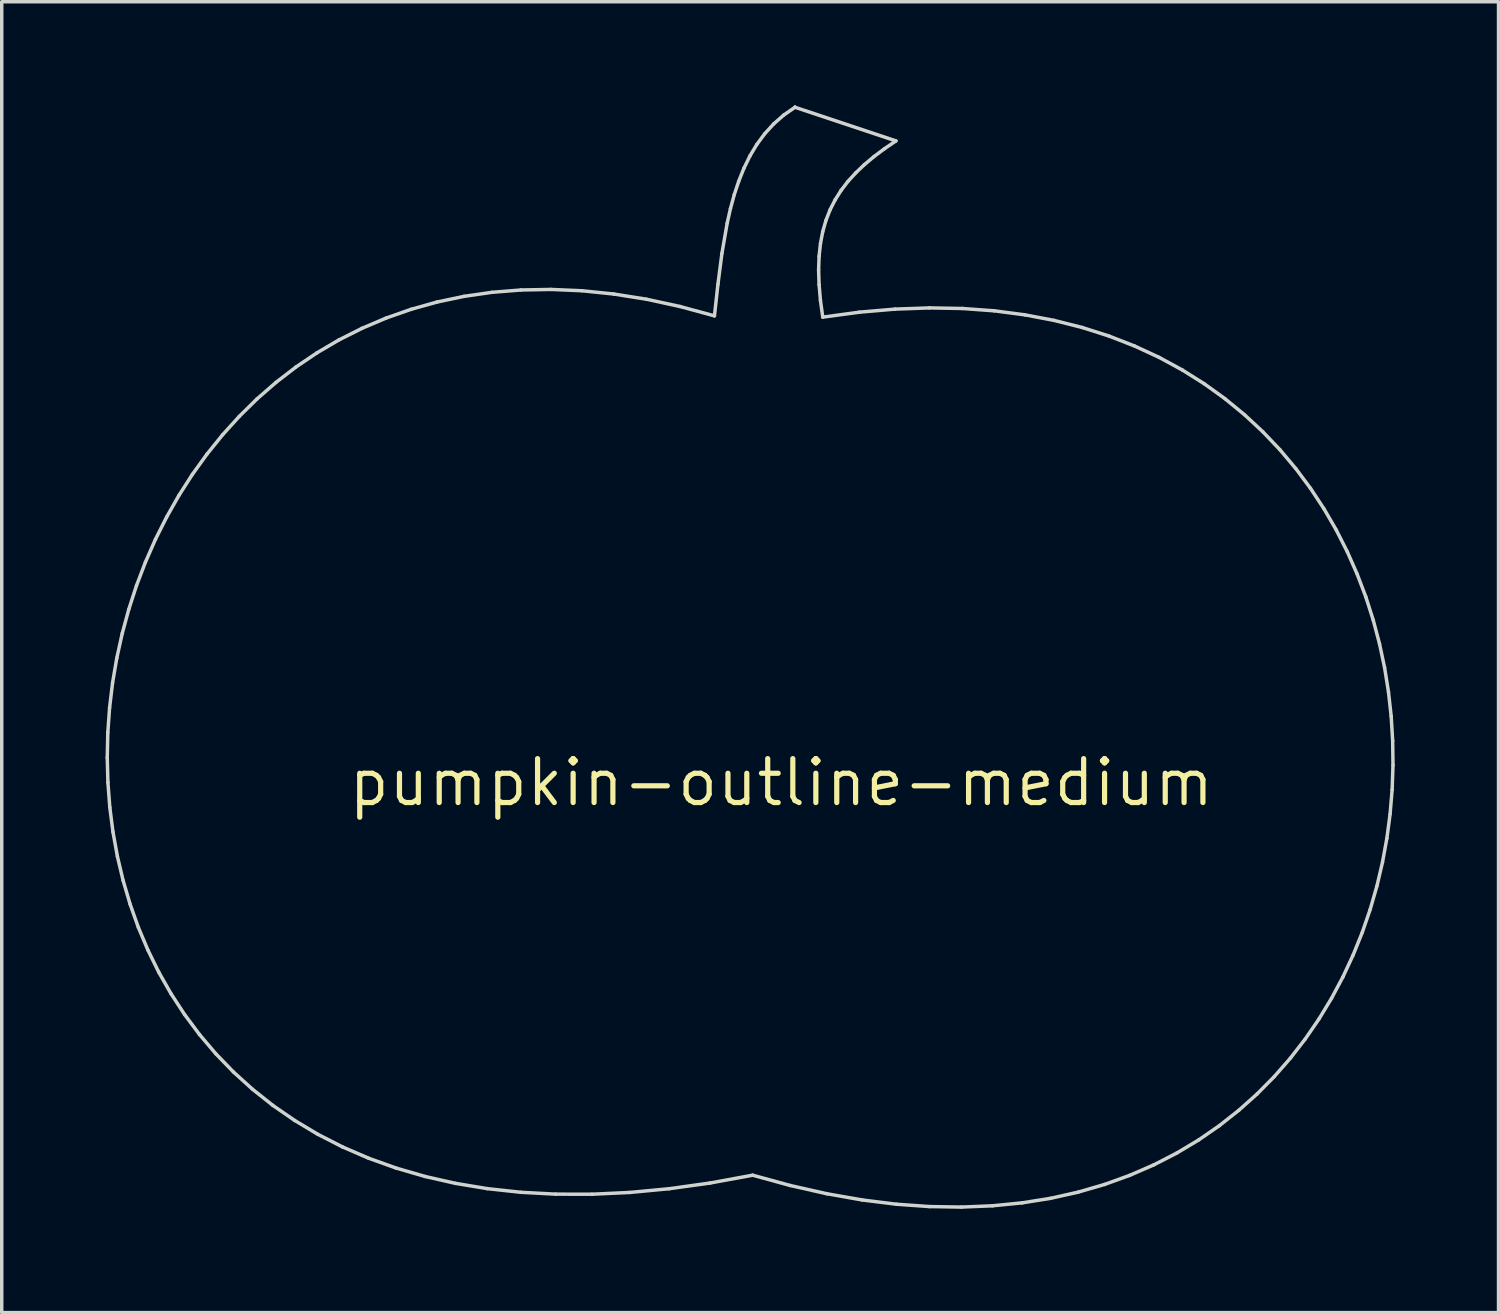
<source format=kicad_pcb>
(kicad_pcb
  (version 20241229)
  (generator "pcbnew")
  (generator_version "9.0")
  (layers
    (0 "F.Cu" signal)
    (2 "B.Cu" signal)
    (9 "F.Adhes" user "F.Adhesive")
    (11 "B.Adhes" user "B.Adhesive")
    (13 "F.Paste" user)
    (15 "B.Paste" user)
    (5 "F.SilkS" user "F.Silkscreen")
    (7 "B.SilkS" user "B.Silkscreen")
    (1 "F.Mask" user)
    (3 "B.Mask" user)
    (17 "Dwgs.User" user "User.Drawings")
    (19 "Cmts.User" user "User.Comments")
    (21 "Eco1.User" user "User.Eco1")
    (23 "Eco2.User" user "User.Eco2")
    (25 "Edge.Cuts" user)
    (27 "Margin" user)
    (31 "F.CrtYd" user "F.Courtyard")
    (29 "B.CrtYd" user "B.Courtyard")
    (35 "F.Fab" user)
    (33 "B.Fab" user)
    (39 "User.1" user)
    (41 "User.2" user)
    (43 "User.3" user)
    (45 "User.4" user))
  (footprint "pumpkin-outline-medium"
    (layer "F.Cu")
    (at 19.534 19.568)
    (property "Reference" "pumpkin-outline-medium" (at 0 0 0) (layer "F.SilkS") (effects (font (size 1.27 1.27) (thickness 0.15))))
    (attr through_hole)
    (fp_line (start -19.484 -0.721) (end -19.465 -0.001) (stroke (width 0.1) (type solid)) (layer "Edge.Cuts"))
    (fp_line (start -19.468 -1.443) (end -19.484 -0.721) (stroke (width 0.1) (type solid)) (layer "Edge.Cuts"))
    (fp_line (start -19.465 -0.001) (end -19.41 0.717) (stroke (width 0.1) (type solid)) (layer "Edge.Cuts"))
    (fp_line (start -19.416 -2.165) (end -19.468 -1.443) (stroke (width 0.1) (type solid)) (layer "Edge.Cuts"))
    (fp_line (start -19.41 0.717) (end -19.319 1.429) (stroke (width 0.1) (type solid)) (layer "Edge.Cuts"))
    (fp_line (start -19.33 -2.883) (end -19.416 -2.165) (stroke (width 0.1) (type solid)) (layer "Edge.Cuts"))
    (fp_line (start -19.319 1.429) (end -19.191 2.135) (stroke (width 0.1) (type solid)) (layer "Edge.Cuts"))
    (fp_line (start -19.208 -3.597) (end -19.33 -2.883) (stroke (width 0.1) (type solid)) (layer "Edge.Cuts"))
    (fp_line (start -19.191 2.135) (end -19.026 2.831) (stroke (width 0.1) (type solid)) (layer "Edge.Cuts"))
    (fp_line (start -19.052 -4.304) (end -19.208 -3.597) (stroke (width 0.1) (type solid)) (layer "Edge.Cuts"))
    (fp_line (start -19.026 2.831) (end -18.824 3.516) (stroke (width 0.1) (type solid)) (layer "Edge.Cuts"))
    (fp_line (start -18.862 -5.003) (end -19.052 -4.304) (stroke (width 0.1) (type solid)) (layer "Edge.Cuts"))
    (fp_line (start -18.824 3.516) (end -18.585 4.189) (stroke (width 0.1) (type solid)) (layer "Edge.Cuts"))
    (fp_line (start -18.639 -5.691) (end -18.862 -5.003) (stroke (width 0.1) (type solid)) (layer "Edge.Cuts"))
    (fp_line (start -18.585 4.189) (end -18.308 4.846) (stroke (width 0.1) (type solid)) (layer "Edge.Cuts"))
    (fp_line (start -18.381 -6.367) (end -18.639 -5.691) (stroke (width 0.1) (type solid)) (layer "Edge.Cuts"))
    (fp_line (start -18.308 4.846) (end -17.993 5.487) (stroke (width 0.1) (type solid)) (layer "Edge.Cuts"))
    (fp_line (start -18.091 -7.028) (end -18.381 -6.367) (stroke (width 0.1) (type solid)) (layer "Edge.Cuts"))
    (fp_line (start -17.993 5.487) (end -17.639 6.108) (stroke (width 0.1) (type solid)) (layer "Edge.Cuts"))
    (fp_line (start -17.767 -7.673) (end -18.091 -7.028) (stroke (width 0.1) (type solid)) (layer "Edge.Cuts"))
    (fp_line (start -17.639 6.108) (end -17.247 6.709) (stroke (width 0.1) (type solid)) (layer "Edge.Cuts"))
    (fp_line (start -17.411 -8.3) (end -17.767 -7.673) (stroke (width 0.1) (type solid)) (layer "Edge.Cuts"))
    (fp_line (start -17.247 6.709) (end -16.816 7.287) (stroke (width 0.1) (type solid)) (layer "Edge.Cuts"))
    (fp_line (start -17.023 -8.906) (end -17.411 -8.3) (stroke (width 0.1) (type solid)) (layer "Edge.Cuts"))
    (fp_line (start -16.816 7.287) (end -16.346 7.841) (stroke (width 0.1) (type solid)) (layer "Edge.Cuts"))
    (fp_line (start -16.602 -9.49) (end -17.023 -8.906) (stroke (width 0.1) (type solid)) (layer "Edge.Cuts"))
    (fp_line (start -16.346 7.841) (end -15.836 8.368) (stroke (width 0.1) (type solid)) (layer "Edge.Cuts"))
    (fp_line (start -16.15 -10.05) (end -16.602 -9.49) (stroke (width 0.1) (type solid)) (layer "Edge.Cuts"))
    (fp_line (start -15.836 8.368) (end -15.286 8.866) (stroke (width 0.1) (type solid)) (layer "Edge.Cuts"))
    (fp_line (start -15.666 -10.584) (end -16.15 -10.05) (stroke (width 0.1) (type solid)) (layer "Edge.Cuts"))
    (fp_line (start -15.286 8.866) (end -14.697 9.334) (stroke (width 0.1) (type solid)) (layer "Edge.Cuts"))
    (fp_line (start -15.152 -11.09) (end -15.666 -10.584) (stroke (width 0.1) (type solid)) (layer "Edge.Cuts"))
    (fp_line (start -14.697 9.334) (end -14.066 9.769) (stroke (width 0.1) (type solid)) (layer "Edge.Cuts"))
    (fp_line (start -14.606 -11.565) (end -15.152 -11.09) (stroke (width 0.1) (type solid)) (layer "Edge.Cuts"))
    (fp_line (start -14.066 9.769) (end -13.396 10.17) (stroke (width 0.1) (type solid)) (layer "Edge.Cuts"))
    (fp_line (start -14.03 -12.009) (end -14.606 -11.565) (stroke (width 0.1) (type solid)) (layer "Edge.Cuts"))
    (fp_line (start -13.424 -12.418) (end -14.03 -12.009) (stroke (width 0.1) (type solid)) (layer "Edge.Cuts"))
    (fp_line (start -13.396 10.17) (end -12.684 10.534) (stroke (width 0.1) (type solid)) (layer "Edge.Cuts"))
    (fp_line (start -12.788 -12.792) (end -13.424 -12.418) (stroke (width 0.1) (type solid)) (layer "Edge.Cuts"))
    (fp_line (start -12.684 10.534) (end -11.93 10.86) (stroke (width 0.1) (type solid)) (layer "Edge.Cuts"))
    (fp_line (start -12.122 -13.127) (end -12.788 -12.792) (stroke (width 0.1) (type solid)) (layer "Edge.Cuts"))
    (fp_line (start -11.93 10.86) (end -11.135 11.145) (stroke (width 0.1) (type solid)) (layer "Edge.Cuts"))
    (fp_line (start -11.427 -13.423) (end -12.122 -13.127) (stroke (width 0.1) (type solid)) (layer "Edge.Cuts"))
    (fp_line (start -11.135 11.145) (end -10.298 11.388) (stroke (width 0.1) (type solid)) (layer "Edge.Cuts"))
    (fp_line (start -10.703 -13.677) (end -11.427 -13.423) (stroke (width 0.1) (type solid)) (layer "Edge.Cuts"))
    (fp_line (start -10.298 11.388) (end -9.419 11.587) (stroke (width 0.1) (type solid)) (layer "Edge.Cuts"))
    (fp_line (start -9.95 -13.888) (end -10.703 -13.677) (stroke (width 0.1) (type solid)) (layer "Edge.Cuts"))
    (fp_line (start -9.419 11.587) (end -8.497 11.74) (stroke (width 0.1) (type solid)) (layer "Edge.Cuts"))
    (fp_line (start -9.169 -14.052) (end -9.95 -13.888) (stroke (width 0.1) (type solid)) (layer "Edge.Cuts"))
    (fp_line (start -8.497 11.74) (end -7.533 11.845) (stroke (width 0.1) (type solid)) (layer "Edge.Cuts"))
    (fp_line (start -8.36 -14.169) (end -9.169 -14.052) (stroke (width 0.1) (type solid)) (layer "Edge.Cuts"))
    (fp_line (start -7.533 11.845) (end -6.525 11.899) (stroke (width 0.1) (type solid)) (layer "Edge.Cuts"))
    (fp_line (start -7.523 -14.236) (end -8.36 -14.169) (stroke (width 0.1) (type solid)) (layer "Edge.Cuts"))
    (fp_line (start -6.658 -14.252) (end -7.523 -14.236) (stroke (width 0.1) (type solid)) (layer "Edge.Cuts"))
    (fp_line (start -6.525 11.899) (end -5.474 11.901) (stroke (width 0.1) (type solid)) (layer "Edge.Cuts"))
    (fp_line (start -5.766 -14.214) (end -6.658 -14.252) (stroke (width 0.1) (type solid)) (layer "Edge.Cuts"))
    (fp_line (start -5.474 11.901) (end -4.379 11.85) (stroke (width 0.1) (type solid)) (layer "Edge.Cuts"))
    (fp_line (start -4.848 -14.12) (end -5.766 -14.214) (stroke (width 0.1) (type solid)) (layer "Edge.Cuts"))
    (fp_line (start -4.379 11.85) (end -3.24 11.742) (stroke (width 0.1) (type solid)) (layer "Edge.Cuts"))
    (fp_line (start -3.902 -13.97) (end -4.848 -14.12) (stroke (width 0.1) (type solid)) (layer "Edge.Cuts"))
    (fp_line (start -3.24 11.742) (end -2.057 11.577) (stroke (width 0.1) (type solid)) (layer "Edge.Cuts"))
    (fp_line (start -2.931 -13.759) (end -3.902 -13.97) (stroke (width 0.1) (type solid)) (layer "Edge.Cuts"))
    (fp_line (start -2.057 11.577) (end -0.829 11.351) (stroke (width 0.1) (type solid)) (layer "Edge.Cuts"))
    (fp_line (start -1.933 -13.488) (end -2.931 -13.759) (stroke (width 0.1) (type solid)) (layer "Edge.Cuts"))
    (fp_line (start -1.832 -14.4) (end -1.933 -13.488) (stroke (width 0.1) (type solid)) (layer "Edge.Cuts"))
    (fp_line (start -1.716 -15.3) (end -1.832 -14.4) (stroke (width 0.1) (type solid)) (layer "Edge.Cuts"))
    (fp_line (start -1.564 -16.17) (end -1.716 -15.3) (stroke (width 0.1) (type solid)) (layer "Edge.Cuts"))
    (fp_line (start -1.47 -16.589) (end -1.564 -16.17) (stroke (width 0.1) (type solid)) (layer "Edge.Cuts"))
    (fp_line (start -1.359 -16.995) (end -1.47 -16.589) (stroke (width 0.1) (type solid)) (layer "Edge.Cuts"))
    (fp_line (start -1.229 -17.385) (end -1.359 -16.995) (stroke (width 0.1) (type solid)) (layer "Edge.Cuts"))
    (fp_line (start -1.079 -17.758) (end -1.229 -17.385) (stroke (width 0.1) (type solid)) (layer "Edge.Cuts"))
    (fp_line (start -0.906 -18.112) (end -1.079 -17.758) (stroke (width 0.1) (type solid)) (layer "Edge.Cuts"))
    (fp_line (start -0.829 11.351) (end 0.258 11.649) (stroke (width 0.1) (type solid)) (layer "Edge.Cuts"))
    (fp_line (start -0.707 -18.444) (end -0.906 -18.112) (stroke (width 0.1) (type solid)) (layer "Edge.Cuts"))
    (fp_line (start -0.479 -18.753) (end -0.707 -18.444) (stroke (width 0.1) (type solid)) (layer "Edge.Cuts"))
    (fp_line (start -0.221 -19.036) (end -0.479 -18.753) (stroke (width 0.1) (type solid)) (layer "Edge.Cuts"))
    (fp_line (start 0.07 -19.292) (end -0.221 -19.036) (stroke (width 0.1) (type solid)) (layer "Edge.Cuts"))
    (fp_line (start 0.258 11.649) (end 1.313 11.887) (stroke (width 0.1) (type solid)) (layer "Edge.Cuts"))
    (fp_line (start 0.396 -19.518) (end 0.07 -19.292) (stroke (width 0.1) (type solid)) (layer "Edge.Cuts"))
    (fp_line (start 0.396 -19.518) (end 0.396 -19.518) (stroke (width 0.1) (type solid)) (layer "Edge.Cuts"))
    (fp_line (start 0.396 -19.517) (end 0.396 -19.518) (stroke (width 0.1) (type solid)) (layer "Edge.Cuts"))
    (fp_line (start 1.078 -14.815) (end 1.092 -15.21) (stroke (width 0.1) (type solid)) (layer "Edge.Cuts"))
    (fp_line (start 1.092 -14.391) (end 1.078 -14.815) (stroke (width 0.1) (type solid)) (layer "Edge.Cuts"))
    (fp_line (start 1.092 -15.21) (end 1.132 -15.58) (stroke (width 0.1) (type solid)) (layer "Edge.Cuts"))
    (fp_line (start 1.131 -13.937) (end 1.092 -14.391) (stroke (width 0.1) (type solid)) (layer "Edge.Cuts"))
    (fp_line (start 1.132 -15.58) (end 1.198 -15.926) (stroke (width 0.1) (type solid)) (layer "Edge.Cuts"))
    (fp_line (start 1.198 -15.926) (end 1.291 -16.25) (stroke (width 0.1) (type solid)) (layer "Edge.Cuts"))
    (fp_line (start 1.198 -13.451) (end 1.131 -13.937) (stroke (width 0.1) (type solid)) (layer "Edge.Cuts"))
    (fp_line (start 1.291 -16.25) (end 1.41 -16.555) (stroke (width 0.1) (type solid)) (layer "Edge.Cuts"))
    (fp_line (start 1.313 11.887) (end 2.335 12.067) (stroke (width 0.1) (type solid)) (layer "Edge.Cuts"))
    (fp_line (start 1.41 -16.555) (end 1.556 -16.842) (stroke (width 0.1) (type solid)) (layer "Edge.Cuts"))
    (fp_line (start 1.556 -16.842) (end 1.728 -17.115) (stroke (width 0.1) (type solid)) (layer "Edge.Cuts"))
    (fp_line (start 1.728 -17.115) (end 1.926 -17.374) (stroke (width 0.1) (type solid)) (layer "Edge.Cuts"))
    (fp_line (start 1.926 -17.374) (end 2.151 -17.621) (stroke (width 0.1) (type solid)) (layer "Edge.Cuts"))
    (fp_line (start 2.151 -17.621) (end 2.402 -17.86) (stroke (width 0.1) (type solid)) (layer "Edge.Cuts"))
    (fp_line (start 2.261 -13.595) (end 1.198 -13.451) (stroke (width 0.1) (type solid)) (layer "Edge.Cuts"))
    (fp_line (start 2.335 12.067) (end 3.325 12.19) (stroke (width 0.1) (type solid)) (layer "Edge.Cuts"))
    (fp_line (start 2.402 -17.86) (end 2.679 -18.093) (stroke (width 0.1) (type solid)) (layer "Edge.Cuts"))
    (fp_line (start 2.679 -18.093) (end 2.983 -18.32) (stroke (width 0.1) (type solid)) (layer "Edge.Cuts"))
    (fp_line (start 2.983 -18.32) (end 3.313 -18.545) (stroke (width 0.1) (type solid)) (layer "Edge.Cuts"))
    (fp_line (start 3.288 -13.683) (end 2.261 -13.595) (stroke (width 0.1) (type solid)) (layer "Edge.Cuts"))
    (fp_line (start 3.313 -18.545) (end 0.396 -19.517) (stroke (width 0.1) (type solid)) (layer "Edge.Cuts"))
    (fp_line (start 3.325 12.19) (end 4.282 12.258) (stroke (width 0.1) (type solid)) (layer "Edge.Cuts"))
    (fp_line (start 4.279 -13.718) (end 3.288 -13.683) (stroke (width 0.1) (type solid)) (layer "Edge.Cuts"))
    (fp_line (start 4.282 12.258) (end 5.208 12.273) (stroke (width 0.1) (type solid)) (layer "Edge.Cuts"))
    (fp_line (start 5.208 12.273) (end 6.1 12.236) (stroke (width 0.1) (type solid)) (layer "Edge.Cuts"))
    (fp_line (start 5.234 -13.701) (end 4.279 -13.718) (stroke (width 0.1) (type solid)) (layer "Edge.Cuts"))
    (fp_line (start 6.1 12.236) (end 6.96 12.151) (stroke (width 0.1) (type solid)) (layer "Edge.Cuts"))
    (fp_line (start 6.153 -13.634) (end 5.234 -13.701) (stroke (width 0.1) (type solid)) (layer "Edge.Cuts"))
    (fp_line (start 6.96 12.151) (end 7.787 12.019) (stroke (width 0.1) (type solid)) (layer "Edge.Cuts"))
    (fp_line (start 7.037 -13.518) (end 6.153 -13.634) (stroke (width 0.1) (type solid)) (layer "Edge.Cuts"))
    (fp_line (start 7.787 12.019) (end 8.582 11.84) (stroke (width 0.1) (type solid)) (layer "Edge.Cuts"))
    (fp_line (start 7.884 -13.357) (end 7.037 -13.518) (stroke (width 0.1) (type solid)) (layer "Edge.Cuts"))
    (fp_line (start 8.582 11.84) (end 9.343 11.619) (stroke (width 0.1) (type solid)) (layer "Edge.Cuts"))
    (fp_line (start 8.696 -13.152) (end 7.884 -13.357) (stroke (width 0.1) (type solid)) (layer "Edge.Cuts"))
    (fp_line (start 9.343 11.619) (end 10.072 11.355) (stroke (width 0.1) (type solid)) (layer "Edge.Cuts"))
    (fp_line (start 9.473 -12.904) (end 8.696 -13.152) (stroke (width 0.1) (type solid)) (layer "Edge.Cuts"))
    (fp_line (start 10.072 11.355) (end 10.768 11.052) (stroke (width 0.1) (type solid)) (layer "Edge.Cuts"))
    (fp_line (start 10.214 -12.615) (end 9.473 -12.904) (stroke (width 0.1) (type solid)) (layer "Edge.Cuts"))
    (fp_line (start 10.768 11.052) (end 11.431 10.711) (stroke (width 0.1) (type solid)) (layer "Edge.Cuts"))
    (fp_line (start 10.92 -12.288) (end 10.214 -12.615) (stroke (width 0.1) (type solid)) (layer "Edge.Cuts"))
    (fp_line (start 11.431 10.711) (end 12.061 10.334) (stroke (width 0.1) (type solid)) (layer "Edge.Cuts"))
    (fp_line (start 11.59 -11.924) (end 10.92 -12.288) (stroke (width 0.1) (type solid)) (layer "Edge.Cuts"))
    (fp_line (start 12.061 10.334) (end 12.658 9.922) (stroke (width 0.1) (type solid)) (layer "Edge.Cuts"))
    (fp_line (start 12.225 -11.525) (end 11.59 -11.924) (stroke (width 0.1) (type solid)) (layer "Edge.Cuts"))
    (fp_line (start 12.658 9.922) (end 13.221 9.478) (stroke (width 0.1) (type solid)) (layer "Edge.Cuts"))
    (fp_line (start 12.825 -11.093) (end 12.225 -11.525) (stroke (width 0.1) (type solid)) (layer "Edge.Cuts"))
    (fp_line (start 13.221 9.478) (end 13.752 9.004) (stroke (width 0.1) (type solid)) (layer "Edge.Cuts"))
    (fp_line (start 13.389 -10.63) (end 12.825 -11.093) (stroke (width 0.1) (type solid)) (layer "Edge.Cuts"))
    (fp_line (start 13.752 9.004) (end 14.249 8.501) (stroke (width 0.1) (type solid)) (layer "Edge.Cuts"))
    (fp_line (start 13.918 -10.138) (end 13.389 -10.63) (stroke (width 0.1) (type solid)) (layer "Edge.Cuts"))
    (fp_line (start 14.249 8.501) (end 14.713 7.971) (stroke (width 0.1) (type solid)) (layer "Edge.Cuts"))
    (fp_line (start 14.413 -9.618) (end 13.918 -10.138) (stroke (width 0.1) (type solid)) (layer "Edge.Cuts"))
    (fp_line (start 14.713 7.971) (end 15.143 7.416) (stroke (width 0.1) (type solid)) (layer "Edge.Cuts"))
    (fp_line (start 14.872 -9.072) (end 14.413 -9.618) (stroke (width 0.1) (type solid)) (layer "Edge.Cuts"))
    (fp_line (start 15.143 7.416) (end 15.54 6.838) (stroke (width 0.1) (type solid)) (layer "Edge.Cuts"))
    (fp_line (start 15.296 -8.503) (end 14.872 -9.072) (stroke (width 0.1) (type solid)) (layer "Edge.Cuts"))
    (fp_line (start 15.54 6.838) (end 15.903 6.24) (stroke (width 0.1) (type solid)) (layer "Edge.Cuts"))
    (fp_line (start 15.685 -7.912) (end 15.296 -8.503) (stroke (width 0.1) (type solid)) (layer "Edge.Cuts"))
    (fp_line (start 15.903 6.24) (end 16.233 5.621) (stroke (width 0.1) (type solid)) (layer "Edge.Cuts"))
    (fp_line (start 16.04 -7.3) (end 15.685 -7.912) (stroke (width 0.1) (type solid)) (layer "Edge.Cuts"))
    (fp_line (start 16.233 5.621) (end 16.529 4.986) (stroke (width 0.1) (type solid)) (layer "Edge.Cuts"))
    (fp_line (start 16.359 -6.671) (end 16.04 -7.3) (stroke (width 0.1) (type solid)) (layer "Edge.Cuts"))
    (fp_line (start 16.529 4.986) (end 16.792 4.335) (stroke (width 0.1) (type solid)) (layer "Edge.Cuts"))
    (fp_line (start 16.644 -6.026) (end 16.359 -6.671) (stroke (width 0.1) (type solid)) (layer "Edge.Cuts"))
    (fp_line (start 16.792 4.335) (end 17.021 3.67) (stroke (width 0.1) (type solid)) (layer "Edge.Cuts"))
    (fp_line (start 16.895 -5.366) (end 16.644 -6.026) (stroke (width 0.1) (type solid)) (layer "Edge.Cuts"))
    (fp_line (start 17.021 3.67) (end 17.216 2.993) (stroke (width 0.1) (type solid)) (layer "Edge.Cuts"))
    (fp_line (start 17.11 -4.693) (end 16.895 -5.366) (stroke (width 0.1) (type solid)) (layer "Edge.Cuts"))
    (fp_line (start 17.216 2.993) (end 17.377 2.307) (stroke (width 0.1) (type solid)) (layer "Edge.Cuts"))
    (fp_line (start 17.291 -4.01) (end 17.11 -4.693) (stroke (width 0.1) (type solid)) (layer "Edge.Cuts"))
    (fp_line (start 17.377 2.307) (end 17.504 1.612) (stroke (width 0.1) (type solid)) (layer "Edge.Cuts"))
    (fp_line (start 17.438 -3.319) (end 17.291 -4.01) (stroke (width 0.1) (type solid)) (layer "Edge.Cuts"))
    (fp_line (start 17.504 1.612) (end 17.597 0.911) (stroke (width 0.1) (type solid)) (layer "Edge.Cuts"))
    (fp_line (start 17.55 -2.62) (end 17.438 -3.319) (stroke (width 0.1) (type solid)) (layer "Edge.Cuts"))
    (fp_line (start 17.597 0.911) (end 17.656 0.206) (stroke (width 0.1) (type solid)) (layer "Edge.Cuts"))
    (fp_line (start 17.628 -1.916) (end 17.55 -2.62) (stroke (width 0.1) (type solid)) (layer "Edge.Cuts"))
    (fp_line (start 17.656 0.206) (end 17.681 -0.501) (stroke (width 0.1) (type solid)) (layer "Edge.Cuts"))
    (fp_line (start 17.671 -1.209) (end 17.628 -1.916) (stroke (width 0.1) (type solid)) (layer "Edge.Cuts"))
    (fp_line (start 17.681 -0.501) (end 17.671 -1.209) (stroke (width 0.1) (type solid)) (layer "Edge.Cuts")))
  (gr_rect
    (start -3 -3)
    (end 40.265 34.89)
    (stroke (width 0.1) (type default))
    (fill no)
    (layer "Edge.Cuts")))
</source>
